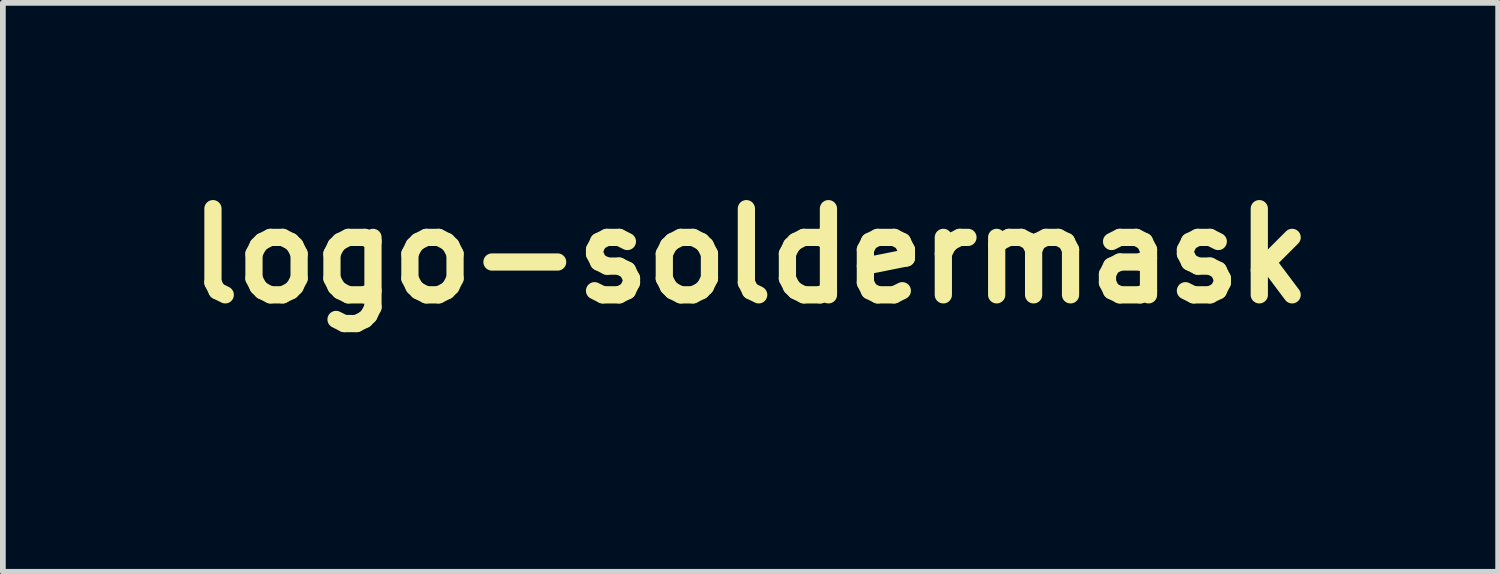
<source format=kicad_pcb>
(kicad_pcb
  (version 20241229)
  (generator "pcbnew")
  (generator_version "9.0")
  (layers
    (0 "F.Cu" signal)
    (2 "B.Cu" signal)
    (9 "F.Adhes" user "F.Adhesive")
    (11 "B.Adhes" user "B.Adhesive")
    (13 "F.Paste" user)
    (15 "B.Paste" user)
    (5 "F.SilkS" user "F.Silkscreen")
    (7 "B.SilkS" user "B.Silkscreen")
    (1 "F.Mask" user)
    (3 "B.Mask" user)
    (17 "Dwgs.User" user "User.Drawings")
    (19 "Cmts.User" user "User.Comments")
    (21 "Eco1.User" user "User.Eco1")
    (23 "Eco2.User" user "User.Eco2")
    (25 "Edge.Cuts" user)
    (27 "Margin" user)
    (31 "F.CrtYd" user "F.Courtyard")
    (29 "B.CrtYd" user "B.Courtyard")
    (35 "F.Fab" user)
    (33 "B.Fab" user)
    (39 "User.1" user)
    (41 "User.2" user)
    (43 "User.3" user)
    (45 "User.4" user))
  (footprint "logo-soldermask"
    (layer "F.Cu")
    (at 10.014 1.404)
    (property "Reference" "logo-soldermask" (at 0 0 0) (layer "F.SilkS") (effects (font (size 1.5 1.5) (thickness 0.3))))
    (attr board_only exclude_from_pos_files exclude_from_bom)
    (fp_poly (pts (xy -2.32 2.386) (xy -2.322 2.388) (xy -2.325 2.386) (xy -2.322 2.383)) (stroke (width 0) (type solid)) (fill yes) (layer "F.Mask"))
    (fp_poly (pts (xy -1.319 -0.696) (xy -1.321 -0.693) (xy -1.323 -0.696) (xy -1.321 -0.698)) (stroke (width 0) (type solid)) (fill yes) (layer "F.Mask"))
    (fp_poly (pts (xy -0.996 0.559) (xy -0.999 0.562) (xy -1.001 0.559) (xy -0.999 0.557)) (stroke (width 0) (type solid)) (fill yes) (layer "F.Mask"))
    (fp_poly (pts (xy -0.982 0.554) (xy -0.984 0.557) (xy -0.987 0.554) (xy -0.984 0.552)) (stroke (width 0) (type solid)) (fill yes) (layer "F.Mask"))
    (fp_poly (pts (xy -0.62 0.564) (xy -0.623 0.567) (xy -0.625 0.564) (xy -0.623 0.562)) (stroke (width 0) (type solid)) (fill yes) (layer "F.Mask"))
    (fp_poly (pts (xy -0.547 0.139) (xy -0.549 0.142) (xy -0.552 0.139) (xy -0.549 0.137)) (stroke (width 0) (type solid)) (fill yes) (layer "F.Mask"))
    (fp_poly (pts (xy -0.469 0.359) (xy -0.471 0.361) (xy -0.474 0.359) (xy -0.471 0.357)) (stroke (width 0) (type solid)) (fill yes) (layer "F.Mask"))
    (fp_poly (pts (xy -0.464 0.134) (xy -0.466 0.137) (xy -0.469 0.134) (xy -0.466 0.132)) (stroke (width 0) (type solid)) (fill yes) (layer "F.Mask"))
    (fp_poly (pts (xy -0.376 0.374) (xy -0.378 0.376) (xy -0.381 0.374) (xy -0.378 0.371)) (stroke (width 0) (type solid)) (fill yes) (layer "F.Mask"))
    (fp_poly (pts (xy -0.112 0.569) (xy -0.115 0.571) (xy -0.117 0.569) (xy -0.115 0.567)) (stroke (width 0) (type solid)) (fill yes) (layer "F.Mask"))
    (fp_poly (pts (xy 0.034 0.549) (xy 0.032 0.552) (xy 0.029 0.549) (xy 0.032 0.547)) (stroke (width 0) (type solid)) (fill yes) (layer "F.Mask"))
    (fp_poly (pts (xy 0.132 0.383) (xy 0.129 0.386) (xy 0.127 0.383) (xy 0.129 0.381)) (stroke (width 0) (type solid)) (fill yes) (layer "F.Mask"))
    (fp_poly (pts (xy 0.142 0.374) (xy 0.139 0.376) (xy 0.137 0.374) (xy 0.139 0.371)) (stroke (width 0) (type solid)) (fill yes) (layer "F.Mask"))
    (fp_poly (pts (xy 0.215 -0.838) (xy 0.212 -0.835) (xy 0.21 -0.838) (xy 0.212 -0.84)) (stroke (width 0) (type solid)) (fill yes) (layer "F.Mask"))
    (fp_poly (pts (xy 0.298 0.383) (xy 0.295 0.386) (xy 0.293 0.383) (xy 0.295 0.381)) (stroke (width 0) (type solid)) (fill yes) (layer "F.Mask"))
    (fp_poly (pts (xy 0.469 0.125) (xy 0.466 0.127) (xy 0.464 0.125) (xy 0.466 0.122)) (stroke (width 0) (type solid)) (fill yes) (layer "F.Mask"))
    (fp_poly (pts (xy 0.547 0.559) (xy 0.545 0.562) (xy 0.542 0.559) (xy 0.545 0.557)) (stroke (width 0) (type solid)) (fill yes) (layer "F.Mask"))
    (fp_poly (pts (xy 0.645 0.369) (xy 0.642 0.371) (xy 0.64 0.369) (xy 0.642 0.366)) (stroke (width 0) (type solid)) (fill yes) (layer "F.Mask"))
    (fp_poly (pts (xy 0.835 0.134) (xy 0.833 0.137) (xy 0.83 0.134) (xy 0.833 0.132)) (stroke (width 0) (type solid)) (fill yes) (layer "F.Mask"))
    (fp_poly (pts (xy 0.903 0.569) (xy 0.901 0.571) (xy 0.899 0.569) (xy 0.901 0.567)) (stroke (width 0) (type solid)) (fill yes) (layer "F.Mask"))
    (fp_poly (pts (xy 0.947 -1.077) (xy 0.945 -1.074) (xy 0.943 -1.077) (xy 0.945 -1.079)) (stroke (width 0) (type solid)) (fill yes) (layer "F.Mask"))
    (fp_poly (pts (xy 1.05 0.383) (xy 1.048 0.386) (xy 1.045 0.383) (xy 1.048 0.381)) (stroke (width 0) (type solid)) (fill yes) (layer "F.Mask"))
    (fp_poly (pts (xy 1.255 1.048) (xy 1.253 1.05) (xy 1.25 1.048) (xy 1.253 1.045)) (stroke (width 0) (type solid)) (fill yes) (layer "F.Mask"))
    (fp_poly (pts (xy 1.304 -0.896) (xy 1.301 -0.894) (xy 1.299 -0.896) (xy 1.301 -0.899)) (stroke (width 0) (type solid)) (fill yes) (layer "F.Mask"))
    (fp_poly (pts (xy 1.314 -0.867) (xy 1.311 -0.864) (xy 1.309 -0.867) (xy 1.311 -0.869)) (stroke (width 0) (type solid)) (fill yes) (layer "F.Mask"))
    (fp_poly (pts (xy 1.348 0.969) (xy 1.345 0.972) (xy 1.343 0.969) (xy 1.345 0.967)) (stroke (width 0) (type solid)) (fill yes) (layer "F.Mask"))
    (fp_poly (pts (xy 1.358 0.96) (xy 1.355 0.962) (xy 1.353 0.96) (xy 1.355 0.957)) (stroke (width 0) (type solid)) (fill yes) (layer "F.Mask"))
    (fp_poly (pts (xy 1.336 -1.161) (xy 1.336 -1.158) (xy 1.333 -1.157) (xy 1.329 -1.159) (xy 1.33 -1.161) (xy 1.336 -1.161)) (stroke (width 0) (type solid)) (fill yes) (layer "F.Mask"))
    (fp_poly (pts (xy -2.485 2.301) (xy -2.469 2.303) (xy -2.467 2.402) (xy -2.466 2.5) (xy -2.483 2.5) (xy -2.5 2.5) (xy -2.5 2.4) (xy -2.5 2.3)) (stroke (width 0) (type solid)) (fill yes) (layer "F.Mask"))
    (fp_poly (pts (xy -2.335 2.4) (xy -2.33 2.408) (xy -2.331 2.418) (xy -2.337 2.424) (xy -2.342 2.425) (xy -2.341 2.422) (xy -2.342 2.415) (xy -2.345 2.412) (xy -2.349 2.407) (xy -2.346 2.402) (xy -2.338 2.399)) (stroke (width 0) (type solid)) (fill yes) (layer "F.Mask"))
    (fp_poly (pts (xy 0.176 -0.463) (xy 0.175 -0.444) (xy 0.174 -0.427) (xy 0.173 -0.416) (xy 0.173 -0.416) (xy 0.17 -0.405) (xy 0.012 -0.405) (xy -0.026 -0.405) (xy -0.061 -0.406) (xy -0.092 -0.406) (xy -0.117 -0.407) (xy -0.135 -0.407) (xy -0.146 -0.408) (xy -0.148 -0.409) (xy -0.15 -0.415) (xy -0.151 -0.428) (xy -0.151 -0.446) (xy -0.151 -0.455) (xy -0.151 -0.498) (xy 0.012 -0.498) (xy 0.176 -0.498)) (stroke (width 0) (type solid)) (fill yes) (layer "F.Mask"))
    (fp_poly (pts (xy -2.384 2.391) (xy -2.384 2.399) (xy -2.385 2.414) (xy -2.388 2.422) (xy -2.391 2.424) (xy -2.405 2.427) (xy -2.414 2.422) (xy -2.416 2.42) (xy -2.417 2.41) (xy -2.415 2.399) (xy -2.412 2.39) (xy -2.41 2.39) (xy -2.407 2.395) (xy -2.404 2.402) (xy -2.403 2.4) (xy -2.403 2.396) (xy -2.402 2.39) (xy -2.396 2.392) (xy -2.396 2.393) (xy -2.39 2.395) (xy -2.387 2.39) (xy -2.387 2.387) (xy -2.385 2.385)) (stroke (width 0) (type solid)) (fill yes) (layer "F.Mask"))
    (fp_poly (pts (xy 1.412 -1.142) (xy 1.432 -1.132) (xy 1.441 -1.125) (xy 1.445 -1.121) (xy 1.448 -1.116) (xy 1.45 -1.11) (xy 1.451 -1.101) (xy 1.452 -1.088) (xy 1.453 -1.069) (xy 1.453 -1.043) (xy 1.453 -1.01) (xy 1.453 -1) (xy 1.453 -0.959) (xy 1.452 -0.928) (xy 1.451 -0.905) (xy 1.45 -0.888) (xy 1.448 -0.878) (xy 1.447 -0.875) (xy 1.434 -0.863) (xy 1.415 -0.853) (xy 1.393 -0.848) (xy 1.37 -0.847) (xy 1.36 -0.849) (xy 1.335 -0.859) (xy 1.319 -0.872) (xy 1.316 -0.875) (xy 1.314 -0.88) (xy 1.312 -0.888) (xy 1.311 -0.9) (xy 1.31 -0.917) (xy 1.309 -0.94) (xy 1.309 -0.971) (xy 1.309 -1) (xy 1.309 -1.114) (xy 1.322 -1.128) (xy 1.34 -1.139) (xy 1.362 -1.145) (xy 1.387 -1.146)) (stroke (width 0) (type solid)) (fill yes) (layer "F.Mask"))
    (fp_poly (pts (xy 0.005 -1.299) (xy 0.092 -1.299) (xy 0.176 -1.299) (xy 0.257 -1.299) (xy 0.334 -1.299) (xy 0.407 -1.298) (xy 0.475 -1.298) (xy 0.538 -1.298) (xy 0.596 -1.298) (xy 0.647 -1.298) (xy 0.691 -1.297) (xy 0.728 -1.297) (xy 0.757 -1.297) (xy 0.778 -1.297) (xy 0.79 -1.297) (xy 0.793 -1.296) (xy 0.794 -1.293) (xy 0.796 -1.285) (xy 0.797 -1.27) (xy 0.797 -1.248) (xy 0.797 -1.219) (xy 0.797 -1.18) (xy 0.797 -1.179) (xy 0.795 -1.065) (xy 0.884 -1.065) (xy 0.972 -1.065) (xy 0.972 -1.145) (xy 0.972 -1.226) (xy 1.033 -1.226) (xy 1.094 -1.226) (xy 1.094 -1.145) (xy 1.094 -1.065) (xy 1.156 -1.065) (xy 1.217 -1.065) (xy 1.215 -0.994) (xy 1.214 -0.962) (xy 1.212 -0.939) (xy 1.208 -0.923) (xy 1.203 -0.912) (xy 1.193 -0.907) (xy 1.179 -0.904) (xy 1.159 -0.903) (xy 1.144 -0.903) (xy 1.094 -0.903) (xy 1.094 -0.838) (xy 1.094 -0.772) (xy 1.127 -0.769) (xy 1.162 -0.765) (xy 1.189 -0.76) (xy 1.211 -0.753) (xy 1.231 -0.743) (xy 1.233 -0.742) (xy 1.262 -0.723) (xy 1.291 -0.7) (xy 1.318 -0.674) (xy 1.34 -0.649) (xy 1.347 -0.64) (xy 1.351 -0.634) (xy 1.356 -0.628) (xy 1.36 -0.622) (xy 1.363 -0.616) (xy 1.366 -0.61) (xy 1.369 -0.602) (xy 1.371 -0.593) (xy 1.374 -0.582) (xy 1.375 -0.569) (xy 1.377 -0.552) (xy 1.378 -0.532) (xy 1.379 -0.508) (xy 1.38 -0.48) (xy 1.381 -0.446) (xy 1.381 -0.408) (xy 1.381 -0.363) (xy 1.382 -0.312) (xy 1.382 -0.254) (xy 1.382 -0.189) (xy 1.382 -0.116) (xy 1.381 -0.034) (xy 1.381 0.056) (xy 1.381 0.155) (xy 1.381 0.162) (xy 1.38 0.882) (xy 1.361 0.921) (xy 1.336 0.961) (xy 1.304 0.997) (xy 1.266 1.028) (xy 1.224 1.053) (xy 1.187 1.067) (xy 1.184 1.067) (xy 1.179 1.068) (xy 1.172 1.069) (xy 1.164 1.07) (xy 1.153 1.07) (xy 1.139 1.071) (xy 1.122 1.071) (xy 1.102 1.072) (xy 1.078 1.072) (xy 1.049 1.072) (xy 1.016 1.073) (xy 0.978 1.073) (xy 0.935 1.073) (xy 0.885 1.073) (xy 0.83 1.074) (xy 0.769 1.074) (xy 0.7 1.074) (xy 0.624 1.074) (xy 0.541 1.074) (xy 0.45 1.074) (xy 0.351 1.074) (xy 0.243 1.074) (xy 0.126 1.074) (xy -0.001 1.074) (xy -0.007 1.074) (xy -0.113 1.074) (xy -0.217 1.074) (xy -0.318 1.073) (xy -0.415 1.073) (xy -0.509 1.073) (xy -0.598 1.073) (xy -0.683 1.073) (xy -0.763 1.073) (xy -0.837 1.073) (xy -0.905 1.073) (xy -0.967 1.072) (xy -1.023 1.072) (xy -1.07 1.072) (xy -1.111 1.072) (xy -1.143 1.072) (xy -1.167 1.071) (xy -1.181 1.071) (xy -1.187 1.071) (xy -1.216 1.064) (xy -1.246 1.052) (xy -1.271 1.039) (xy -1.292 1.024) (xy -1.314 1.002) (xy -1.337 0.978) (xy -1.355 0.954) (xy -1.366 0.936) (xy -1.38 0.911) (xy -1.381 0.41) (xy -1.244 0.41) (xy -1.243 0.631) (xy -1.243 0.852) (xy -1.23 0.875) (xy -1.214 0.895) (xy -1.194 0.913) (xy -1.173 0.925) (xy -1.152 0.93) (xy -1.14 0.929) (xy -1.134 0.929) (xy -1.119 0.929) (xy -1.094 0.929) (xy -1.061 0.928) (xy -1.02 0.928) (xy -0.972 0.928) (xy -0.916 0.927) (xy -0.854 0.927) (xy -0.785 0.927) (xy -0.711 0.927) (xy -0.631 0.926) (xy -0.546 0.926) (xy -0.457 0.926) (xy -0.363 0.926) (xy -0.266 0.926) (xy -0.165 0.926) (xy -0.062 0.925) (xy 0.015 0.925) (xy 1.155 0.924) (xy 1.175 0.914) (xy 1.196 0.9) (xy 1.215 0.882) (xy 1.229 0.861) (xy 1.235 0.846) (xy 1.237 0.836) (xy 1.238 0.817) (xy 1.239 0.792) (xy 1.24 0.763) (xy 1.24 0.732) (xy 1.24 0.729) (xy 1.24 0.695) (xy 1.24 0.671) (xy 1.24 0.653) (xy 1.239 0.641) (xy 1.237 0.634) (xy 1.235 0.631) (xy 1.233 0.63) (xy 1.231 0.63) (xy 1.226 0.63) (xy 1.223 0.632) (xy 1.221 0.636) (xy 1.22 0.644) (xy 1.219 0.659) (xy 1.219 0.681) (xy 1.219 0.696) (xy 1.218 0.75) (xy 1.045 0.751) (xy 0.871 0.752) (xy 0.868 0.802) (xy 0.867 0.825) (xy 0.866 0.847) (xy 0.866 0.863) (xy 0.866 0.869) (xy 0.868 0.886) (xy 0.001 0.885) (xy -0.09 0.885) (xy -0.179 0.885) (xy -0.264 0.885) (xy -0.346 0.884) (xy -0.424 0.884) (xy -0.497 0.884) (xy -0.565 0.884) (xy -0.628 0.884) (xy -0.684 0.884) (xy -0.734 0.883) (xy -0.776 0.883) (xy -0.811 0.883) (xy -0.838 0.883) (xy -0.857 0.883) (xy -0.866 0.883) (xy -0.867 0.883) (xy -0.868 0.877) (xy -0.869 0.865) (xy -0.869 0.846) (xy -0.87 0.826) (xy -0.87 0.803) (xy -0.871 0.783) (xy -0.872 0.768) (xy -0.873 0.761) (xy -0.874 0.759) (xy -0.876 0.757) (xy -0.88 0.755) (xy -0.888 0.754) (xy -0.9 0.753) (xy -0.916 0.753) (xy -0.939 0.753) (xy -0.969 0.753) (xy -1.006 0.753) (xy -1.046 0.753) (xy -1.216 0.755) (xy -1.216 0.582) (xy -1.216 0.471) (xy -1.02 0.471) (xy -1.02 0.478) (xy -1.018 0.553) (xy -1.004 0.565) (xy -0.997 0.57) (xy -0.99 0.573) (xy -0.981 0.575) (xy -0.967 0.576) (xy -0.948 0.575) (xy -0.93 0.575) (xy -0.872 0.574) (xy -0.871 0.507) (xy -0.749 0.507) (xy -0.749 0.533) (xy -0.747 0.551) (xy -0.743 0.564) (xy -0.736 0.571) (xy -0.725 0.575) (xy -0.71 0.576) (xy -0.688 0.576) (xy -0.677 0.576) (xy -0.654 0.576) (xy -0.635 0.575) (xy -0.621 0.573) (xy -0.615 0.571) (xy -0.613 0.568) (xy -0.611 0.562) (xy -0.609 0.551) (xy -0.609 0.534) (xy -0.608 0.51) (xy -0.608 0.505) (xy -0.493 0.505) (xy -0.492 0.53) (xy -0.491 0.549) (xy -0.489 0.562) (xy -0.488 0.564) (xy -0.485 0.569) (xy -0.482 0.573) (xy -0.475 0.575) (xy -0.465 0.576) (xy -0.449 0.576) (xy -0.425 0.575) (xy -0.418 0.575) (xy -0.354 0.574) (xy -0.354 0.478) (xy -0.354 0.472) (xy -0.239 0.472) (xy -0.239 0.507) (xy -0.238 0.534) (xy -0.237 0.552) (xy -0.236 0.564) (xy -0.234 0.569) (xy -0.233 0.57) (xy -0.224 0.573) (xy -0.208 0.575) (xy -0.187 0.576) (xy -0.164 0.577) (xy -0.142 0.577) (xy -0.129 0.576) (xy -0.1 0.574) (xy -0.1 0.508) (xy 0.015 0.508) (xy 0.015 0.534) (xy 0.017 0.552) (xy 0.021 0.564) (xy 0.029 0.571) (xy 0.041 0.575) (xy 0.057 0.576) (xy 0.08 0.576) (xy 0.088 0.576) (xy 0.117 0.576) (xy 0.136 0.574) (xy 0.147 0.572) (xy 0.15 0.57) (xy 0.153 0.562) (xy 0.154 0.547) (xy 0.156 0.526) (xy 0.156 0.501) (xy 0.156 0.473) (xy 0.156 0.471) (xy 0.264 0.471) (xy 0.264 0.5) (xy 0.264 0.526) (xy 0.265 0.547) (xy 0.266 0.562) (xy 0.267 0.569) (xy 0.269 0.572) (xy 0.275 0.574) (xy 0.286 0.575) (xy 0.303 0.576) (xy 0.329 0.576) (xy 0.334 0.576) (xy 0.399 0.576) (xy 0.403 0.515) (xy 0.404 0.472) (xy 0.52 0.472) (xy 0.52 0.505) (xy 0.521 0.531) (xy 0.522 0.549) (xy 0.524 0.56) (xy 0.526 0.567) (xy 0.527 0.568) (xy 0.531 0.572) (xy 0.539 0.574) (xy 0.552 0.576) (xy 0.572 0.576) (xy 0.589 0.576) (xy 0.613 0.576) (xy 0.633 0.575) (xy 0.648 0.573) (xy 0.655 0.571) (xy 0.658 0.569) (xy 0.661 0.565) (xy 0.662 0.558) (xy 0.663 0.546) (xy 0.664 0.528) (xy 0.664 0.506) (xy 0.781 0.506) (xy 0.782 0.532) (xy 0.784 0.551) (xy 0.788 0.563) (xy 0.796 0.571) (xy 0.807 0.575) (xy 0.824 0.576) (xy 0.846 0.576) (xy 0.858 0.576) (xy 0.882 0.576) (xy 0.898 0.575) (xy 0.908 0.574) (xy 0.914 0.571) (xy 0.918 0.568) (xy 0.918 0.567) (xy 0.92 0.559) (xy 0.921 0.543) (xy 0.922 0.522) (xy 0.922 0.497) (xy 0.922 0.47) (xy 0.922 0.445) (xy 1.016 0.445) (xy 1.017 0.462) (xy 1.018 0.482) (xy 1.022 0.497) (xy 1.029 0.51) (xy 1.034 0.518) (xy 1.057 0.544) (xy 1.084 0.56) (xy 1.114 0.569) (xy 1.147 0.568) (xy 1.175 0.559) (xy 1.196 0.546) (xy 1.216 0.526) (xy 1.23 0.501) (xy 1.233 0.493) (xy 1.238 0.467) (xy 1.238 0.439) (xy 1.233 0.413) (xy 1.228 0.399) (xy 1.213 0.379) (xy 1.191 0.36) (xy 1.165 0.344) (xy 1.164 0.344) (xy 1.148 0.337) (xy 1.137 0.334) (xy 1.124 0.335) (xy 1.114 0.337) (xy 1.082 0.349) (xy 1.054 0.368) (xy 1.033 0.395) (xy 1.029 0.4) (xy 1.021 0.417) (xy 1.017 0.43) (xy 1.016 0.445) (xy 0.922 0.445) (xy 0.922 0.443) (xy 0.922 0.419) (xy 0.921 0.399) (xy 0.919 0.385) (xy 0.919 0.381) (xy 0.913 0.371) (xy 0.902 0.359) (xy 0.894 0.353) (xy 0.871 0.34) (xy 0.847 0.337) (xy 0.823 0.343) (xy 0.802 0.358) (xy 0.794 0.366) (xy 0.79 0.372) (xy 0.786 0.378) (xy 0.784 0.384) (xy 0.783 0.394) (xy 0.782 0.409) (xy 0.781 0.429) (xy 0.781 0.457) (xy 0.781 0.471) (xy 0.781 0.506) (xy 0.664 0.506) (xy 0.664 0.503) (xy 0.664 0.481) (xy 0.664 0.445) (xy 0.663 0.417) (xy 0.661 0.396) (xy 0.657 0.38) (xy 0.652 0.369) (xy 0.644 0.359) (xy 0.634 0.351) (xy 0.632 0.35) (xy 0.608 0.339) (xy 0.584 0.337) (xy 0.56 0.343) (xy 0.539 0.357) (xy 0.529 0.37) (xy 0.526 0.375) (xy 0.523 0.383) (xy 0.522 0.394) (xy 0.521 0.41) (xy 0.52 0.432) (xy 0.52 0.462) (xy 0.52 0.472) (xy 0.404 0.472) (xy 0.404 0.469) (xy 0.403 0.43) (xy 0.4 0.399) (xy 0.395 0.376) (xy 0.39 0.365) (xy 0.372 0.348) (xy 0.351 0.339) (xy 0.328 0.337) (xy 0.305 0.344) (xy 0.284 0.359) (xy 0.277 0.366) (xy 0.272 0.372) (xy 0.269 0.378) (xy 0.266 0.384) (xy 0.265 0.394) (xy 0.264 0.409) (xy 0.264 0.429) (xy 0.264 0.457) (xy 0.264 0.471) (xy 0.156 0.471) (xy 0.156 0.446) (xy 0.155 0.421) (xy 0.153 0.4) (xy 0.151 0.385) (xy 0.15 0.38) (xy 0.137 0.361) (xy 0.118 0.347) (xy 0.095 0.339) (xy 0.072 0.338) (xy 0.05 0.344) (xy 0.045 0.347) (xy 0.035 0.354) (xy 0.027 0.363) (xy 0.022 0.374) (xy 0.018 0.39) (xy 0.016 0.411) (xy 0.015 0.44) (xy 0.015 0.474) (xy 0.015 0.508) (xy -0.1 0.508) (xy -0.1 0.479) (xy -0.1 0.441) (xy -0.101 0.413) (xy -0.103 0.391) (xy -0.106 0.375) (xy -0.111 0.364) (xy -0.118 0.355) (xy -0.128 0.349) (xy -0.135 0.345) (xy -0.162 0.337) (xy -0.187 0.339) (xy -0.21 0.35) (xy -0.228 0.366) (xy -0.232 0.371) (xy -0.235 0.376) (xy -0.237 0.384) (xy -0.238 0.395) (xy -0.239 0.411) (xy -0.239 0.433) (xy -0.239 0.463) (xy -0.239 0.472) (xy -0.354 0.472) (xy -0.354 0.445) (xy -0.355 0.42) (xy -0.355 0.401) (xy -0.357 0.388) (xy -0.358 0.379) (xy -0.361 0.373) (xy -0.363 0.369) (xy -0.379 0.353) (xy -0.399 0.342) (xy -0.421 0.337) (xy -0.443 0.339) (xy -0.463 0.347) (xy -0.478 0.361) (xy -0.483 0.37) (xy -0.486 0.381) (xy -0.488 0.399) (xy -0.49 0.423) (xy -0.492 0.45) (xy -0.493 0.478) (xy -0.493 0.505) (xy -0.608 0.505) (xy -0.608 0.478) (xy -0.608 0.475) (xy -0.608 0.442) (xy -0.608 0.418) (xy -0.609 0.4) (xy -0.611 0.387) (xy -0.613 0.378) (xy -0.615 0.371) (xy -0.617 0.368) (xy -0.633 0.351) (xy -0.654 0.34) (xy -0.678 0.337) (xy -0.703 0.342) (xy -0.713 0.346) (xy -0.724 0.353) (xy -0.732 0.36) (xy -0.738 0.369) (xy -0.742 0.382) (xy -0.745 0.4) (xy -0.747 0.424) (xy -0.748 0.457) (xy -0.748 0.473) (xy -0.749 0.507) (xy -0.871 0.507) (xy -0.87 0.483) (xy -0.87 0.451) (xy -0.87 0.426) (xy -0.871 0.408) (xy -0.872 0.395) (xy -0.874 0.386) (xy -0.877 0.378) (xy -0.878 0.376) (xy -0.893 0.356) (xy -0.914 0.343) (xy -0.937 0.337) (xy -0.963 0.34) (xy -0.982 0.348) (xy -0.994 0.356) (xy -0.999 0.362) (xy -0.999 0.365) (xy -1 0.369) (xy -1.004 0.368) (xy -1.01 0.37) (xy -1.015 0.381) (xy -1.018 0.401) (xy -1.02 0.431) (xy -1.02 0.471) (xy -1.216 0.471) (xy -1.216 0.41) (xy -1.23 0.41) (xy -1.244 0.41) (xy -1.381 0.41) (xy -1.381 0.191) (xy -1.381 0.082) (xy -1.381 0.028) (xy -1.189 0.028) (xy -1.182 0.06) (xy -1.166 0.088) (xy -1.143 0.11) (xy -1.113 0.126) (xy -1.094 0.133) (xy -1.081 0.136) (xy -1.069 0.135) (xy -1.055 0.131) (xy -1.05 0.129) (xy -1.021 0.115) (xy -0.999 0.095) (xy -0.984 0.069) (xy -0.975 0.036) (xy -0.975 0.035) (xy -0.86 0.035) (xy -0.859 0.067) (xy -0.859 0.091) (xy -0.859 0.108) (xy -0.858 0.119) (xy -0.856 0.127) (xy -0.853 0.132) (xy -0.85 0.136) (xy -0.849 0.137) (xy -0.836 0.145) (xy -0.825 0.15) (xy -0.814 0.152) (xy -0.808 0.154) (xy -0.797 0.155) (xy -0.781 0.154) (xy -0.763 0.151) (xy -0.747 0.146) (xy -0.741 0.143) (xy -0.725 0.134) (xy -0.724 0.046) (xy -0.724 0.026) (xy -0.586 0.026) (xy -0.586 0.061) (xy -0.585 0.088) (xy -0.584 0.108) (xy -0.582 0.122) (xy -0.579 0.131) (xy -0.575 0.137) (xy -0.57 0.142) (xy -0.547 0.151) (xy -0.521 0.154) (xy -0.493 0.152) (xy -0.468 0.144) (xy -0.468 0.144) (xy -0.46 0.14) (xy -0.454 0.134) (xy -0.452 0.131) (xy -0.313 0.131) (xy -0.299 0.141) (xy -0.277 0.151) (xy -0.251 0.155) (xy -0.223 0.153) (xy -0.2 0.145) (xy -0.178 0.134) (xy -0.178 0.08) (xy -0.061 0.08) (xy -0.061 0.101) (xy -0.06 0.117) (xy -0.059 0.123) (xy -0.049 0.137) (xy -0.031 0.146) (xy -0.005 0.151) (xy 0.012 0.151) (xy 0.032 0.151) (xy 0.046 0.149) (xy 0.055 0.146) (xy 0.062 0.141) (xy 0.066 0.137) (xy 0.069 0.132) (xy 0.071 0.126) (xy 0.072 0.116) (xy 0.073 0.102) (xy 0.073 0.081) (xy 0.073 0.052) (xy 0.073 0.034) (xy 0.073 0.008) (xy 0.196 0.008) (xy 0.197 0.035) (xy 0.197 0.068) (xy 0.198 0.092) (xy 0.199 0.109) (xy 0.2 0.121) (xy 0.202 0.128) (xy 0.205 0.133) (xy 0.208 0.137) (xy 0.223 0.146) (xy 0.243 0.151) (xy 0.267 0.153) (xy 0.292 0.152) (xy 0.313 0.146) (xy 0.318 0.144) (xy 0.329 0.135) (xy 0.334 0.125) (xy 0.335 0.113) (xy 0.336 0.103) (xy 0.458 0.103) (xy 0.458 0.119) (xy 0.458 0.126) (xy 0.463 0.132) (xy 0.472 0.14) (xy 0.475 0.142) (xy 0.49 0.147) (xy 0.51 0.151) (xy 0.533 0.152) (xy 0.555 0.151) (xy 0.574 0.147) (xy 0.585 0.142) (xy 0.589 0.138) (xy 0.592 0.134) (xy 0.593 0.127) (xy 0.595 0.117) (xy 0.595 0.102) (xy 0.596 0.08) (xy 0.596 0.062) (xy 0.713 0.062) (xy 0.713 0.087) (xy 0.714 0.105) (xy 0.715 0.117) (xy 0.716 0.125) (xy 0.718 0.131) (xy 0.722 0.135) (xy 0.724 0.137) (xy 0.733 0.144) (xy 0.743 0.148) (xy 0.759 0.152) (xy 0.767 0.153) (xy 0.787 0.154) (xy 0.808 0.151) (xy 0.827 0.146) (xy 0.835 0.142) (xy 0.84 0.138) (xy 0.843 0.135) (xy 0.845 0.129) (xy 0.846 0.119) (xy 0.847 0.104) (xy 0.848 0.083) (xy 0.849 0.054) (xy 0.849 0.048) (xy 0.849 0.022) (xy 0.955 0.022) (xy 0.956 0.042) (xy 0.959 0.057) (xy 0.964 0.07) (xy 0.968 0.077) (xy 0.99 0.103) (xy 1.015 0.122) (xy 1.043 0.133) (xy 1.072 0.137) (xy 1.101 0.131) (xy 1.105 0.13) (xy 1.134 0.113) (xy 1.156 0.09) (xy 1.17 0.061) (xy 1.175 0.033) (xy 1.174 -0.001) (xy 1.164 -0.032) (xy 1.144 -0.059) (xy 1.135 -0.068) (xy 1.116 -0.084) (xy 1.099 -0.093) (xy 1.08 -0.097) (xy 1.067 -0.098) (xy 1.036 -0.093) (xy 1.008 -0.079) (xy 0.984 -0.057) (xy 0.968 -0.035) (xy 0.961 -0.02) (xy 0.957 -0.006) (xy 0.955 0.012) (xy 0.955 0.022) (xy 0.849 0.022) (xy 0.849 0.019) (xy 0.849 -0.007) (xy 0.849 -0.029) (xy 0.848 -0.045) (xy 0.847 -0.052) (xy 0.84 -0.068) (xy 0.827 -0.085) (xy 0.809 -0.098) (xy 0.798 -0.103) (xy 0.775 -0.105) (xy 0.752 -0.099) (xy 0.73 -0.085) (xy 0.728 -0.083) (xy 0.714 -0.068) (xy 0.713 0.029) (xy 0.713 0.062) (xy 0.596 0.062) (xy 0.596 0.05) (xy 0.596 0.042) (xy 0.596 0.006) (xy 0.595 -0.021) (xy 0.593 -0.042) (xy 0.591 -0.058) (xy 0.587 -0.069) (xy 0.581 -0.078) (xy 0.574 -0.086) (xy 0.574 -0.086) (xy 0.552 -0.1) (xy 0.529 -0.105) (xy 0.506 -0.102) (xy 0.486 -0.091) (xy 0.469 -0.072) (xy 0.465 -0.066) (xy 0.464 -0.059) (xy 0.463 -0.044) (xy 0.461 -0.023) (xy 0.46 0.001) (xy 0.459 0.028) (xy 0.458 0.056) (xy 0.458 0.081) (xy 0.458 0.103) (xy 0.336 0.103) (xy 0.336 0.094) (xy 0.337 0.069) (xy 0.337 0.041) (xy 0.336 0.012) (xy 0.334 -0.016) (xy 0.334 -0.029) (xy 0.332 -0.05) (xy 0.329 -0.064) (xy 0.326 -0.074) (xy 0.32 -0.082) (xy 0.317 -0.085) (xy 0.305 -0.094) (xy 0.296 -0.096) (xy 0.295 -0.096) (xy 0.29 -0.095) (xy 0.29 -0.097) (xy 0.289 -0.102) (xy 0.281 -0.104) (xy 0.269 -0.105) (xy 0.254 -0.103) (xy 0.24 -0.1) (xy 0.237 -0.098) (xy 0.224 -0.092) (xy 0.213 -0.084) (xy 0.206 -0.075) (xy 0.201 -0.063) (xy 0.198 -0.046) (xy 0.197 -0.022) (xy 0.196 0.008) (xy 0.073 0.008) (xy 0.073 -0.063) (xy 0.059 -0.08) (xy 0.039 -0.096) (xy 0.022 -0.103) (xy 0.007 -0.106) (xy -0.004 -0.106) (xy -0.017 -0.101) (xy -0.022 -0.099) (xy -0.034 -0.093) (xy -0.042 -0.086) (xy -0.049 -0.078) (xy -0.053 -0.068) (xy -0.056 -0.052) (xy -0.058 -0.031) (xy -0.059 -0.002) (xy -0.06 0.024) (xy -0.061 0.054) (xy -0.061 0.08) (xy -0.178 0.08) (xy -0.178 0.042) (xy -0.178 0.011) (xy -0.179 -0.016) (xy -0.18 -0.039) (xy -0.181 -0.056) (xy -0.182 -0.065) (xy -0.189 -0.076) (xy -0.202 -0.088) (xy -0.219 -0.099) (xy -0.235 -0.106) (xy -0.244 -0.107) (xy -0.264 -0.103) (xy -0.284 -0.091) (xy -0.3 -0.076) (xy -0.301 -0.074) (xy -0.305 -0.068) (xy -0.308 -0.061) (xy -0.31 -0.053) (xy -0.311 -0.041) (xy -0.312 -0.025) (xy -0.312 -0.002) (xy -0.313 0.029) (xy -0.313 0.037) (xy -0.313 0.131) (xy -0.452 0.131) (xy -0.449 0.125) (xy -0.446 0.112) (xy -0.445 0.094) (xy -0.444 0.069) (xy -0.445 0.036) (xy -0.445 0.018) (xy -0.446 -0.014) (xy -0.448 -0.038) (xy -0.45 -0.055) (xy -0.455 -0.068) (xy -0.461 -0.078) (xy -0.47 -0.087) (xy -0.479 -0.094) (xy -0.498 -0.103) (xy -0.52 -0.105) (xy -0.542 -0.101) (xy -0.56 -0.091) (xy -0.567 -0.085) (xy -0.574 -0.075) (xy -0.579 -0.066) (xy -0.582 -0.055) (xy -0.584 -0.041) (xy -0.586 -0.021) (xy -0.586 0.005) (xy -0.586 0.026) (xy -0.724 0.026) (xy -0.723 0.008) (xy -0.724 -0.021) (xy -0.725 -0.043) (xy -0.728 -0.059) (xy -0.733 -0.071) (xy -0.739 -0.081) (xy -0.748 -0.088) (xy -0.751 -0.09) (xy -0.776 -0.102) (xy -0.8 -0.105) (xy -0.823 -0.098) (xy -0.842 -0.082) (xy -0.849 -0.073) (xy -0.852 -0.067) (xy -0.855 -0.061) (xy -0.857 -0.052) (xy -0.858 -0.04) (xy -0.859 -0.023) (xy -0.859 -0.00005) (xy -0.86 0.031) (xy -0.86 0.035) (xy -0.975 0.035) (xy -0.975 0.034) (xy -0.975 0.003) (xy -0.984 -0.027) (xy -1.001 -0.054) (xy -1.024 -0.077) (xy -1.052 -0.093) (xy -1.076 -0.1) (xy -1.098 -0.1) (xy -1.121 -0.091) (xy -1.144 -0.074) (xy -1.159 -0.06) (xy -1.172 -0.045) (xy -1.18 -0.032) (xy -1.185 -0.018) (xy -1.187 -0.006) (xy -1.189 0.028) (xy -1.381 0.028) (xy -1.381 -0.018) (xy -1.381 -0.111) (xy -1.381 -0.195) (xy -1.381 -0.271) (xy -1.381 -0.338) (xy -1.381 -0.357) (xy -1.243 -0.357) (xy -1.229 -0.357) (xy -1.216 -0.357) (xy -1.216 -0.4) (xy -1.216 -0.444) (xy -1.109 -0.444) (xy -1.001 -0.444) (xy -1.001 -0.426) (xy -1 -0.408) (xy -0.999 -0.389) (xy -0.998 -0.384) (xy -0.995 -0.361) (xy 0.01 -0.361) (xy 1.015 -0.361) (xy 1.017 -0.404) (xy 1.018 -0.446) (xy 1.12 -0.447) (xy 1.221 -0.447) (xy 1.221 -0.408) (xy 1.222 -0.389) (xy 1.222 -0.374) (xy 1.222 -0.366) (xy 1.221 -0.365) (xy 1.225 -0.362) (xy 1.231 -0.361) (xy 1.234 -0.362) (xy 1.237 -0.364) (xy 1.238 -0.369) (xy 1.239 -0.378) (xy 1.24 -0.393) (xy 1.24 -0.415) (xy 1.24 -0.445) (xy 1.24 -0.452) (xy 1.24 -0.486) (xy 1.24 -0.512) (xy 1.239 -0.531) (xy 1.237 -0.545) (xy 1.235 -0.555) (xy 1.233 -0.559) (xy 1.223 -0.575) (xy 1.207 -0.592) (xy 1.189 -0.609) (xy 1.171 -0.622) (xy 1.16 -0.628) (xy 1.157 -0.629) (xy 1.152 -0.629) (xy 1.145 -0.63) (xy 1.134 -0.631) (xy 1.121 -0.631) (xy 1.104 -0.632) (xy 1.083 -0.632) (xy 1.058 -0.633) (xy 1.028 -0.633) (xy 0.994 -0.633) (xy 0.954 -0.634) (xy 0.908 -0.634) (xy 0.857 -0.634) (xy 0.798 -0.634) (xy 0.734 -0.634) (xy 0.662 -0.635) (xy 0.582 -0.635) (xy 0.495 -0.635) (xy 0.4 -0.635) (xy 0.296 -0.635) (xy 0.183 -0.635) (xy 0.061 -0.635) (xy 0.000386 -0.635) (xy -0.131 -0.635) (xy -0.252 -0.635) (xy -0.364 -0.635) (xy -0.468 -0.635) (xy -0.563 -0.635) (xy -0.649 -0.634) (xy -0.728 -0.634) (xy -0.799 -0.634) (xy -0.862 -0.634) (xy -0.919 -0.634) (xy -0.968 -0.633) (xy -1.011 -0.633) (xy -1.048 -0.633) (xy -1.079 -0.632) (xy -1.104 -0.632) (xy -1.124 -0.631) (xy -1.139 -0.631) (xy -1.149 -0.63) (xy -1.155 -0.629) (xy -1.156 -0.629) (xy -1.173 -0.619) (xy -1.193 -0.605) (xy -1.212 -0.588) (xy -1.227 -0.572) (xy -1.231 -0.568) (xy -1.235 -0.562) (xy -1.238 -0.556) (xy -1.24 -0.548) (xy -1.242 -0.538) (xy -1.242 -0.524) (xy -1.243 -0.503) (xy -1.243 -0.475) (xy -1.243 -0.454) (xy -1.243 -0.357) (xy -1.381 -0.357) (xy -1.38 -0.397) (xy -1.38 -0.446) (xy -1.379 -0.487) (xy -1.379 -0.519) (xy -1.378 -0.541) (xy -1.378 -0.553) (xy -1.377 -0.556) (xy -1.365 -0.596) (xy -1.344 -0.635) (xy -1.314 -0.671) (xy -1.31 -0.676) (xy -1.275 -0.708) (xy -1.243 -0.732) (xy -1.211 -0.749) (xy -1.178 -0.76) (xy -1.143 -0.767) (xy -1.128 -0.768) (xy -1.111 -0.769) (xy -1.111 -0.772) (xy -0.972 -0.772) (xy -0.872 -0.772) (xy -0.772 -0.772) (xy -0.772 -0.772) (xy -0.674 -0.772) (xy -0.648 -0.771) (xy -0.639 -0.77) (xy -0.621 -0.77) (xy -0.596 -0.77) (xy -0.566 -0.77) (xy -0.532 -0.77) (xy -0.495 -0.77) (xy -0.457 -0.77) (xy -0.42 -0.77) (xy -0.384 -0.77) (xy -0.352 -0.77) (xy -0.324 -0.77) (xy -0.302 -0.771) (xy -0.287 -0.771) (xy -0.282 -0.771) (xy -0.276 -0.774) (xy -0.264 -0.783) (xy -0.249 -0.797) (xy -0.23 -0.813) (xy -0.222 -0.82) (xy -0.171 -0.869) (xy -0.104 -0.869) (xy -0.038 -0.869) (xy -0.041 -0.966) (xy -0.042 -0.997) (xy -0.043 -1.024) (xy -0.043 -1.047) (xy -0.043 -1.064) (xy -0.042 -1.073) (xy -0.042 -1.074) (xy -0.04 -1.079) (xy -0.035 -1.082) (xy -0.027 -1.083) (xy -0.013 -1.084) (xy 0.008 -1.084) (xy 0.01 -1.084) (xy 0.059 -1.084) (xy 0.059 -0.98) (xy 0.059 -0.875) (xy 0.109 -0.873) (xy 0.136 -0.872) (xy 0.155 -0.869) (xy 0.169 -0.864) (xy 0.183 -0.855) (xy 0.197 -0.842) (xy 0.208 -0.831) (xy 0.224 -0.814) (xy 0.243 -0.798) (xy 0.255 -0.789) (xy 0.281 -0.772) (xy 0.403 -0.771) (xy 0.443 -0.771) (xy 0.485 -0.771) (xy 0.527 -0.771) (xy 0.566 -0.771) (xy 0.6 -0.771) (xy 0.609 -0.771) (xy 0.693 -0.772) (xy 0.694 -0.84) (xy 0.796 -0.84) (xy 0.796 -0.816) (xy 0.797 -0.795) (xy 0.798 -0.779) (xy 0.798 -0.771) (xy 0.799 -0.771) (xy 0.805 -0.769) (xy 0.818 -0.769) (xy 0.836 -0.769) (xy 0.846 -0.769) (xy 0.873 -0.77) (xy 0.902 -0.77) (xy 0.928 -0.771) (xy 0.932 -0.771) (xy 0.972 -0.772) (xy 0.972 -0.839) (xy 0.972 -0.907) (xy 0.924 -0.91) (xy 0.897 -0.911) (xy 0.868 -0.911) (xy 0.842 -0.91) (xy 0.836 -0.91) (xy 0.796 -0.907) (xy 0.796 -0.84) (xy 0.694 -0.84) (xy 0.695 -0.982) (xy 0.695 -1.033) (xy 0.695 -1.074) (xy 0.695 -1.108) (xy 0.695 -1.135) (xy 0.695 -1.155) (xy 0.694 -1.17) (xy 0.693 -1.181) (xy 0.692 -1.188) (xy 0.691 -1.191) (xy 0.689 -1.193) (xy 0.687 -1.194) (xy 0.686 -1.194) (xy 0.68 -1.195) (xy 0.665 -1.195) (xy 0.641 -1.195) (xy 0.609 -1.195) (xy 0.57 -1.195) (xy 0.524 -1.196) (xy 0.471 -1.196) (xy 0.413 -1.196) (xy 0.349 -1.196) (xy 0.281 -1.196) (xy 0.208 -1.196) (xy 0.132 -1.196) (xy 0.053 -1.195) (xy 0.002 -1.195) (xy -0.672 -1.194) (xy -0.673 -0.983) (xy -0.674 -0.772) (xy -0.772 -0.772) (xy -0.772 -0.802) (xy -0.772 -0.823) (xy -0.773 -0.848) (xy -0.775 -0.872) (xy -0.775 -0.873) (xy -0.778 -0.913) (xy -0.867 -0.913) (xy -0.896 -0.913) (xy -0.922 -0.913) (xy -0.943 -0.912) (xy -0.958 -0.911) (xy -0.964 -0.91) (xy -0.967 -0.908) (xy -0.969 -0.902) (xy -0.971 -0.891) (xy -0.972 -0.875) (xy -0.972 -0.85) (xy -0.972 -0.839) (xy -0.972 -0.772) (xy -1.111 -0.772) (xy -1.11 -0.839) (xy -1.108 -0.908) (xy -1.145 -0.908) (xy -1.182 -0.908) (xy -1.182 -0.98) (xy -1.181 -1.006) (xy -1.18 -1.029) (xy -1.179 -1.047) (xy -1.178 -1.058) (xy -1.178 -1.06) (xy -1.173 -1.064) (xy -1.163 -1.066) (xy -1.144 -1.067) (xy -1.14 -1.067) (xy -1.106 -1.067) (xy -1.105 -1.102) (xy -1.103 -1.138) (xy -1.035 -1.138) (xy -0.967 -1.138) (xy -0.967 -1.101) (xy -0.967 -1.065) (xy -0.872 -1.065) (xy -0.777 -1.065) (xy -0.777 -1.182) (xy -0.777 -1.299)) (stroke (width 0) (type solid)) (fill yes) (layer "F.Mask")))
  (gr_rect
    (start -3 -3)
    (end 23.029 6.904)
    (stroke (width 0.1) (type default))
    (fill no)
    (layer "Edge.Cuts")))
</source>
